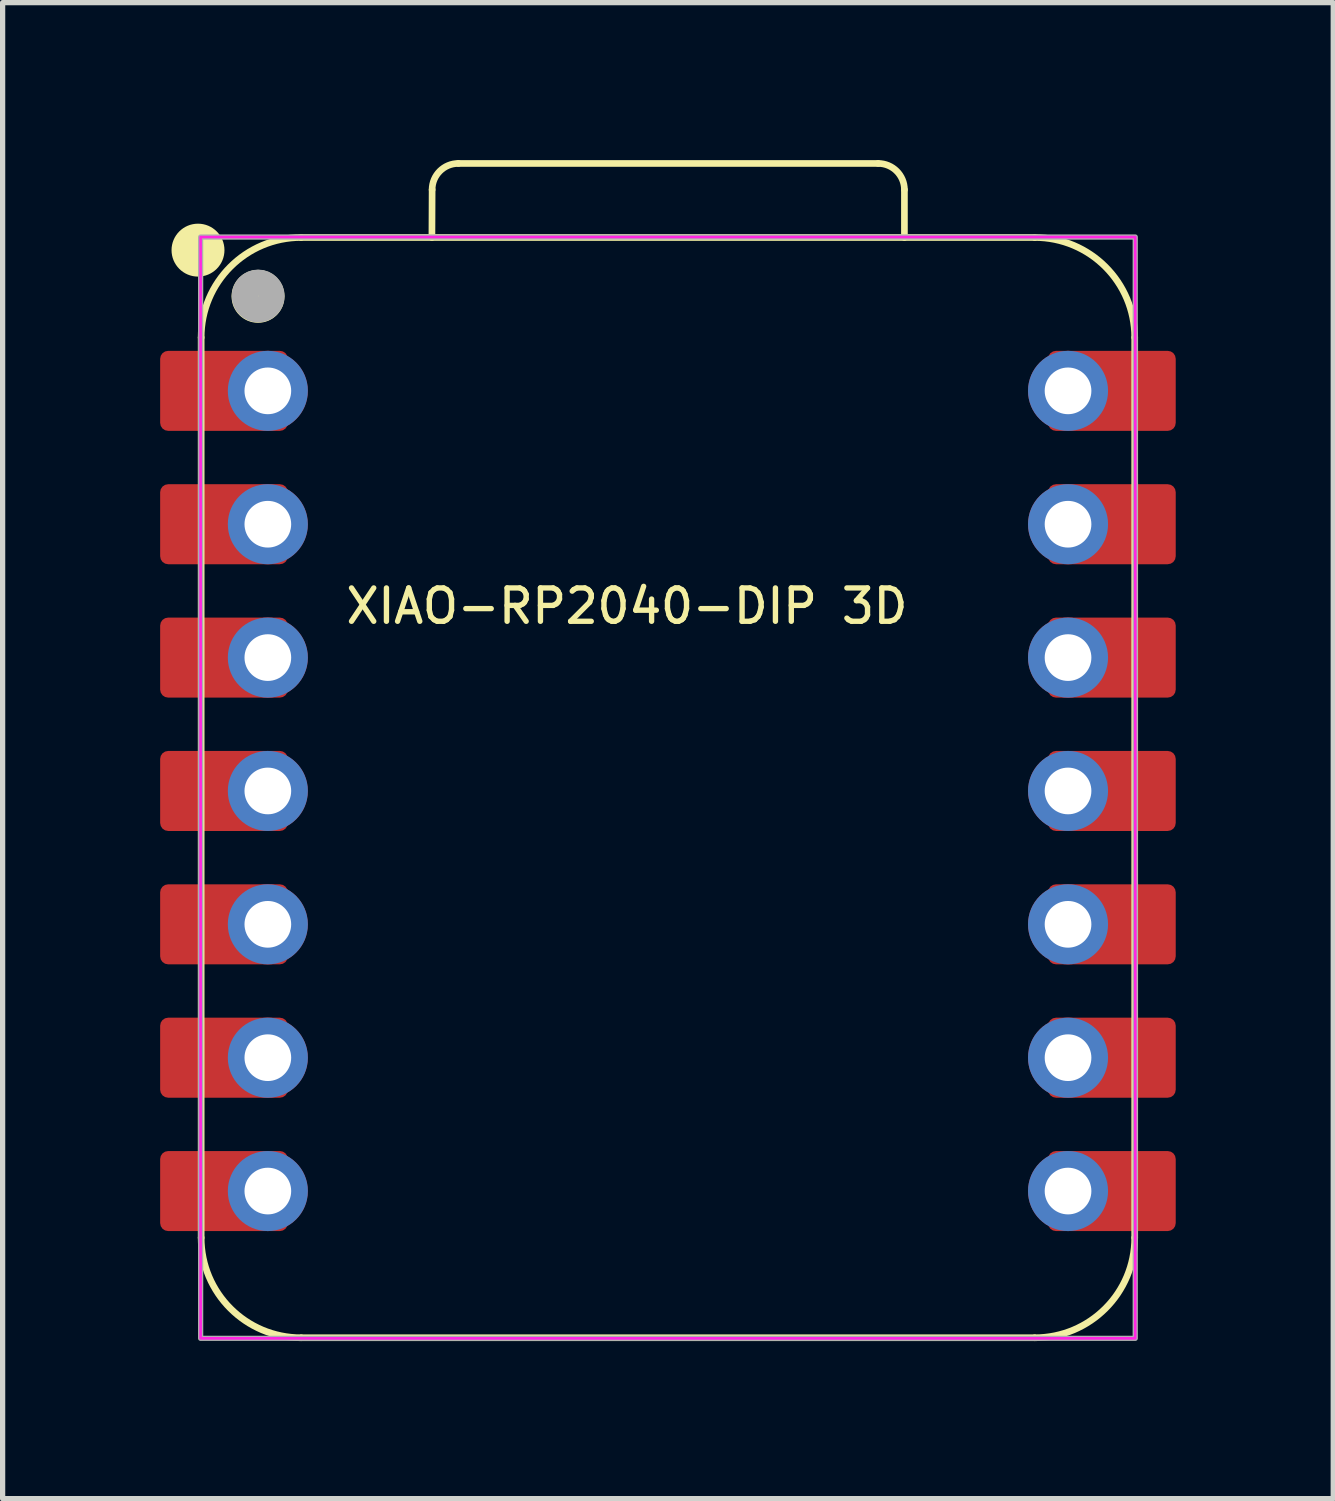
<source format=kicad_pcb>
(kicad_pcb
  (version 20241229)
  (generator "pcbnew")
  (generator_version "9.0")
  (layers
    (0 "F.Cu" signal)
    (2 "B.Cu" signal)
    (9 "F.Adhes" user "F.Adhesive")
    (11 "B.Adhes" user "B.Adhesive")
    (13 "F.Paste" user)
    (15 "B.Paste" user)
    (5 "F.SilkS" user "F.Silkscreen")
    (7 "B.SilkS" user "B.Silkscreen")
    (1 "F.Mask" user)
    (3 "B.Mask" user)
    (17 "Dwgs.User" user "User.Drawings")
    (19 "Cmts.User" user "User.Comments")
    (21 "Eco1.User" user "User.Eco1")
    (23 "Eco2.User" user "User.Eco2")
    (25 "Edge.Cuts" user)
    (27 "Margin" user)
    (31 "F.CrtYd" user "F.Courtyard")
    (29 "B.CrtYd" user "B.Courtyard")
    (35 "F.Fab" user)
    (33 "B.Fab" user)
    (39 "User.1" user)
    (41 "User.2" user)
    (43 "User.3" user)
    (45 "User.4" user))
  (footprint "XIAO-RP2040-DIP 3D"
    (layer "F.Cu")
    (at 9.671 12.014)
    (property "Reference" "XIAO-RP2040-DIP 3D" (at -0.78 -3.52 0) (unlocked yes) (layer "F.SilkS") (effects (font (size 0.635 0.635) (thickness 0.102))))
    (attr smd)
    (fp_line (start -8.89 8.509) (end -8.89 -8.636) (stroke (width 0.127) (type solid)) (layer "F.SilkS"))
    (fp_line (start -6.985 10.414) (end 6.985 10.414) (stroke (width 0.127) (type solid)) (layer "F.SilkS"))
    (fp_line (start -4.495 -10.541) (end -4.491 -11.451) (stroke (width 0.127) (type solid)) (layer "F.SilkS"))
    (fp_line (start -3.991 -11.951) (end 4.004 -11.951) (stroke (width 0.127) (type solid)) (layer "F.SilkS"))
    (fp_line (start 4.504 -11.451) (end 4.504 -10.541) (stroke (width 0.127) (type solid)) (layer "F.SilkS"))
    (fp_line (start 6.985 -10.541) (end -6.985 -10.541) (stroke (width 0.1) (type solid)) (layer "F.SilkS"))
    (fp_line (start 6.985 -10.541) (end -6.985 -10.541) (stroke (width 0.127) (type solid)) (layer "F.SilkS"))
    (fp_line (start 8.89 8.509) (end 8.89 -8.636) (stroke (width 0.127) (type solid)) (layer "F.SilkS"))
    (fp_arc (start -8.89 -8.636) (mid -8.332038 -9.983038) (end -6.985 -10.541) (stroke (width 0.127) (type solid)) (layer "F.SilkS"))
    (fp_arc (start -6.985 10.414) (mid -8.332038 9.856038) (end -8.89 8.509) (stroke (width 0.127) (type solid)) (layer "F.SilkS"))
    (fp_arc (start -4.491272 -11.451272) (mid -4.344724 -11.804644) (end -3.991272 -11.951) (stroke (width 0.127) (type default)) (layer "F.SilkS"))
    (fp_arc (start 4.004 -11.951) (mid 4.357553 -11.804553) (end 4.504 -11.451) (stroke (width 0.127) (type default)) (layer "F.SilkS"))
    (fp_arc (start 6.985 -10.541) (mid 8.332038 -9.983038) (end 8.89 -8.636) (stroke (width 0.127) (type solid)) (layer "F.SilkS"))
    (fp_arc (start 8.89 8.509) (mid 8.332038 9.856038) (end 6.985 10.414) (stroke (width 0.127) (type solid)) (layer "F.SilkS"))
    (fp_circle (center -8.95 -10.3) (end -8.95 -10.554) (stroke (width 0.5) (type solid)) (fill yes) (layer "F.SilkS"))
    (fp_circle (center -7.807 -9.42) (end -7.807 -9.674) (stroke (width 0.5) (type solid)) (fill yes) (layer "F.SilkS"))
    (fp_rect (start -8.9 -10.55) (end 8.9 10.425) (stroke (width 0.05) (type default)) (fill no) (layer "F.CrtYd"))
    (fp_rect (start -8.9 -10.55) (end 8.9 10.425) (stroke (width 0.1) (type default)) (fill no) (layer "F.Fab"))
    (fp_circle (center -7.804 -9.426) (end -7.804 -9.68) (stroke (width 0.5) (type solid)) (fill no) (layer "F.Fab"))
    (pad "1" smd roundrect (at -8.455 -7.62 180) (size 2.432 1.524) (layers "F.Cu" "F.Mask") (roundrect_rratio 0.1))
    (pad "1" thru_hole circle (at -7.62 -7.62 180) (size 1.524 1.524) (drill 0.889) (layers "*.Cu" "*.Mask"))
    (pad "2" smd roundrect (at -8.455 -5.08 180) (size 2.432 1.524) (layers "F.Cu" "F.Mask") (roundrect_rratio 0.1))
    (pad "2" thru_hole circle (at -7.62 -5.08 180) (size 1.524 1.524) (drill 0.889) (layers "*.Cu" "*.Mask"))
    (pad "3" smd roundrect (at -8.455 -2.54 180) (size 2.432 1.524) (layers "F.Cu" "F.Mask") (roundrect_rratio 0.1))
    (pad "3" thru_hole circle (at -7.62 -2.54 180) (size 1.524 1.524) (drill 0.889) (layers "*.Cu" "*.Mask"))
    (pad "4" smd roundrect (at -8.455 0 180) (size 2.432 1.524) (layers "F.Cu" "F.Mask") (roundrect_rratio 0.1))
    (pad "4" thru_hole circle (at -7.62 0 180) (size 1.524 1.524) (drill 0.889) (layers "*.Cu" "*.Mask"))
    (pad "5" smd roundrect (at -8.455 2.54 180) (size 2.432 1.524) (layers "F.Cu" "F.Mask") (roundrect_rratio 0.1))
    (pad "5" thru_hole circle (at -7.62 2.54 180) (size 1.524 1.524) (drill 0.889) (layers "*.Cu" "*.Mask"))
    (pad "6" smd roundrect (at -8.455 5.08 180) (size 2.432 1.524) (layers "F.Cu" "F.Mask") (roundrect_rratio 0.1))
    (pad "6" thru_hole circle (at -7.62 5.08 180) (size 1.524 1.524) (drill 0.889) (layers "*.Cu" "*.Mask"))
    (pad "7" smd roundrect (at -8.455 7.62 180) (size 2.432 1.524) (layers "F.Cu" "F.Mask") (roundrect_rratio 0.1))
    (pad "7" thru_hole circle (at -7.62 7.62 180) (size 1.524 1.524) (drill 0.889) (layers "*.Cu" "*.Mask"))
    (pad "8" thru_hole circle (at 7.62 7.62) (size 1.524 1.524) (drill 0.889) (layers "*.Cu" "*.Mask"))
    (pad "8" smd roundrect (at 8.455 7.62) (size 2.432 1.524) (layers "F.Cu" "F.Mask") (roundrect_rratio 0.1))
    (pad "9" thru_hole circle (at 7.62 5.08) (size 1.524 1.524) (drill 0.889) (layers "*.Cu" "*.Mask"))
    (pad "9" smd roundrect (at 8.455 5.08) (size 2.432 1.524) (layers "F.Cu" "F.Mask") (roundrect_rratio 0.1))
    (pad "10" thru_hole circle (at 7.62 2.54) (size 1.524 1.524) (drill 0.889) (layers "*.Cu" "*.Mask"))
    (pad "10" smd roundrect (at 8.455 2.54) (size 2.432 1.524) (layers "F.Cu" "F.Mask") (roundrect_rratio 0.1))
    (pad "11" thru_hole circle (at 7.62 0) (size 1.524 1.524) (drill 0.889) (layers "*.Cu" "*.Mask"))
    (pad "11" smd roundrect (at 8.455 0) (size 2.432 1.524) (layers "F.Cu" "F.Mask") (roundrect_rratio 0.1))
    (pad "12" thru_hole circle (at 7.62 -2.54) (size 1.524 1.524) (drill 0.889) (layers "*.Cu" "*.Mask"))
    (pad "12" smd roundrect (at 8.455 -2.54) (size 2.432 1.524) (layers "F.Cu" "F.Mask") (roundrect_rratio 0.1))
    (pad "13" thru_hole circle (at 7.62 -5.08) (size 1.524 1.524) (drill 0.889) (layers "*.Cu" "*.Mask"))
    (pad "13" smd roundrect (at 8.455 -5.08) (size 2.432 1.524) (layers "F.Cu" "F.Mask") (roundrect_rratio 0.1))
    (pad "14" thru_hole circle (at 7.62 -7.62) (size 1.524 1.524) (drill 0.889) (layers "*.Cu" "*.Mask"))
    (pad "14" smd roundrect (at 8.455 -7.62) (size 2.432 1.524) (layers "F.Cu" "F.Mask") (roundrect_rratio 0.1)))
  (gr_rect
    (start -3 -3)
    (end 22.342 25.492)
    (stroke (width 0.1) (type default))
    (fill no)
    (layer "Edge.Cuts")))
</source>
